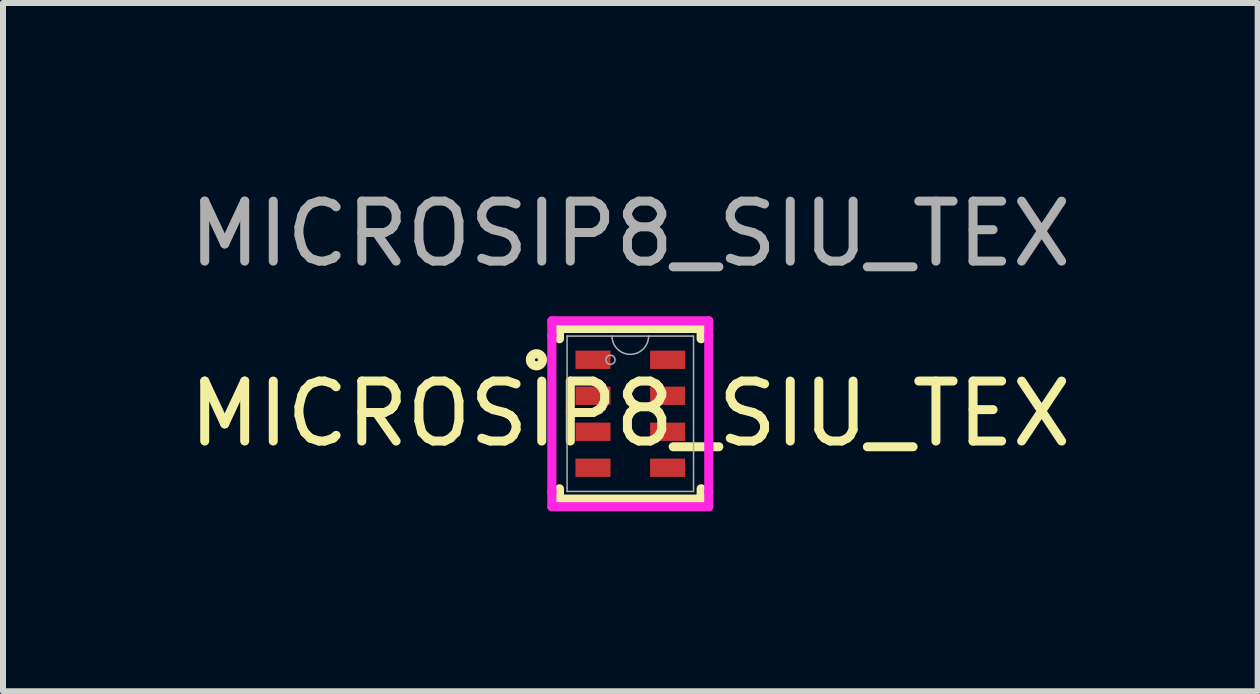
<source format=kicad_pcb>
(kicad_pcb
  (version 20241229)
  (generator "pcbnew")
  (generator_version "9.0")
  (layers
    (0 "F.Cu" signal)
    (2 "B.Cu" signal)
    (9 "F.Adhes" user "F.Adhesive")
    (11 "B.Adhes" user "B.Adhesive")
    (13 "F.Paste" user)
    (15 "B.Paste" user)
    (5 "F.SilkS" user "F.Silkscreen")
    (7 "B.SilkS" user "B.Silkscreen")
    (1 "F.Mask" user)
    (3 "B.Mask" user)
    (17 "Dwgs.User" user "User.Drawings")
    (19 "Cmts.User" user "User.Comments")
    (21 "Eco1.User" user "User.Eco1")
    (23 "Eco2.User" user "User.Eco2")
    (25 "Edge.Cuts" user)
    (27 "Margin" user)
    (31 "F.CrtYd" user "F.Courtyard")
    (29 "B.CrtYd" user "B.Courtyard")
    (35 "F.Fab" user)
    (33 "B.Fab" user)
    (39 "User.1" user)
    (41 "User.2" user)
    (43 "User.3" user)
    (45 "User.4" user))
  (footprint "MICROSIP8_SIU_TEX"
    (layer "F.Cu")
    (at 7.458 3.848)
    (property "Reference" "MICROSIP8_SIU_TEX" (at 0 0 0) (unlocked yes) (layer "F.SilkS") (effects (font (size 1 1) (thickness 0.15))))
    (attr smd)
    (fp_line (start -1.181 -1.422) (end -1.181 -1.251) (stroke (width 0.152) (type solid)) (layer "F.SilkS"))
    (fp_line (start -1.181 1.251) (end -1.181 1.422) (stroke (width 0.152) (type solid)) (layer "F.SilkS"))
    (fp_line (start -1.181 1.422) (end 1.181 1.422) (stroke (width 0.152) (type solid)) (layer "F.SilkS"))
    (fp_line (start 1.181 -1.422) (end -1.181 -1.422) (stroke (width 0.152) (type solid)) (layer "F.SilkS"))
    (fp_line (start 1.181 -1.251) (end 1.181 -1.422) (stroke (width 0.152) (type solid)) (layer "F.SilkS"))
    (fp_line (start 1.181 1.422) (end 1.181 1.251) (stroke (width 0.152) (type solid)) (layer "F.SilkS"))
    (fp_circle (center -1.565 -0.9) (end -1.464 -0.9) (stroke (width 0.152) (type solid)) (fill no) (layer "F.SilkS"))
    (fp_line (start -1.308 -1.549) (end 1.308 -1.549) (stroke (width 0.152) (type solid)) (layer "F.CrtYd"))
    (fp_line (start -1.308 -1.306) (end -1.308 -1.549) (stroke (width 0.152) (type solid)) (layer "F.CrtYd"))
    (fp_line (start -1.308 -1.306) (end -1.308 -1.306) (stroke (width 0.152) (type solid)) (layer "F.CrtYd"))
    (fp_line (start -1.308 1.306) (end -1.308 -1.306) (stroke (width 0.152) (type solid)) (layer "F.CrtYd"))
    (fp_line (start -1.308 1.306) (end -1.308 1.306) (stroke (width 0.152) (type solid)) (layer "F.CrtYd"))
    (fp_line (start -1.308 1.549) (end -1.308 1.306) (stroke (width 0.152) (type solid)) (layer "F.CrtYd"))
    (fp_line (start 1.308 -1.549) (end 1.308 -1.306) (stroke (width 0.152) (type solid)) (layer "F.CrtYd"))
    (fp_line (start 1.308 -1.306) (end 1.308 -1.306) (stroke (width 0.152) (type solid)) (layer "F.CrtYd"))
    (fp_line (start 1.308 -1.306) (end 1.308 1.306) (stroke (width 0.152) (type solid)) (layer "F.CrtYd"))
    (fp_line (start 1.308 1.306) (end 1.308 1.306) (stroke (width 0.152) (type solid)) (layer "F.CrtYd"))
    (fp_line (start 1.308 1.306) (end 1.308 1.549) (stroke (width 0.152) (type solid)) (layer "F.CrtYd"))
    (fp_line (start 1.308 1.549) (end -1.308 1.549) (stroke (width 0.152) (type solid)) (layer "F.CrtYd"))
    (fp_line (start -1.054 -1.295) (end -1.054 1.295) (stroke (width 0.025) (type solid)) (layer "F.Fab"))
    (fp_line (start -1.054 1.295) (end 1.054 1.295) (stroke (width 0.025) (type solid)) (layer "F.Fab"))
    (fp_line (start 1.054 -1.295) (end -1.054 -1.295) (stroke (width 0.025) (type solid)) (layer "F.Fab"))
    (fp_line (start 1.054 1.295) (end 1.054 -1.295) (stroke (width 0.025) (type solid)) (layer "F.Fab"))
    (fp_arc (start 0.3048 -1.2954) (mid 0 -0.9906) (end -0.3048 -1.2954) (stroke (width 0.0254) (type solid)) (layer "F.Fab"))
    (fp_circle (center -0.33 -0.9) (end -0.254 -0.9) (stroke (width 0.025) (type solid)) (fill no) (layer "F.Fab"))
    (fp_text user "${REFERENCE}" (at 0 -3 0) (unlocked yes) (layer "F.Fab") (effects (font (size 1 1) (thickness 0.15))))
    (pad "1" smd rect (at -0.622 -0.9) (size 0.584 0.305) (layers "F.Cu" "F.Mask" "F.Paste"))
    (pad "2" smd rect (at -0.622 -0.3) (size 0.584 0.305) (layers "F.Cu" "F.Mask" "F.Paste"))
    (pad "3" smd rect (at -0.622 0.3) (size 0.584 0.305) (layers "F.Cu" "F.Mask" "F.Paste"))
    (pad "4" smd rect (at -0.622 0.9) (size 0.584 0.305) (layers "F.Cu" "F.Mask" "F.Paste"))
    (pad "5" smd rect (at 0.622 0.9) (size 0.584 0.305) (layers "F.Cu" "F.Mask" "F.Paste"))
    (pad "6" smd rect (at 0.622 0.3) (size 0.584 0.305) (layers "F.Cu" "F.Mask" "F.Paste"))
    (pad "7" smd rect (at 0.622 -0.3) (size 0.584 0.305) (layers "F.Cu" "F.Mask" "F.Paste"))
    (pad "8" smd rect (at 0.622 -0.9) (size 0.584 0.305) (layers "F.Cu" "F.Mask" "F.Paste")))
  (gr_rect
    (start -3 -3)
    (end 17.917 8.474)
    (stroke (width 0.1) (type default))
    (fill no)
    (layer "Edge.Cuts")))
</source>
